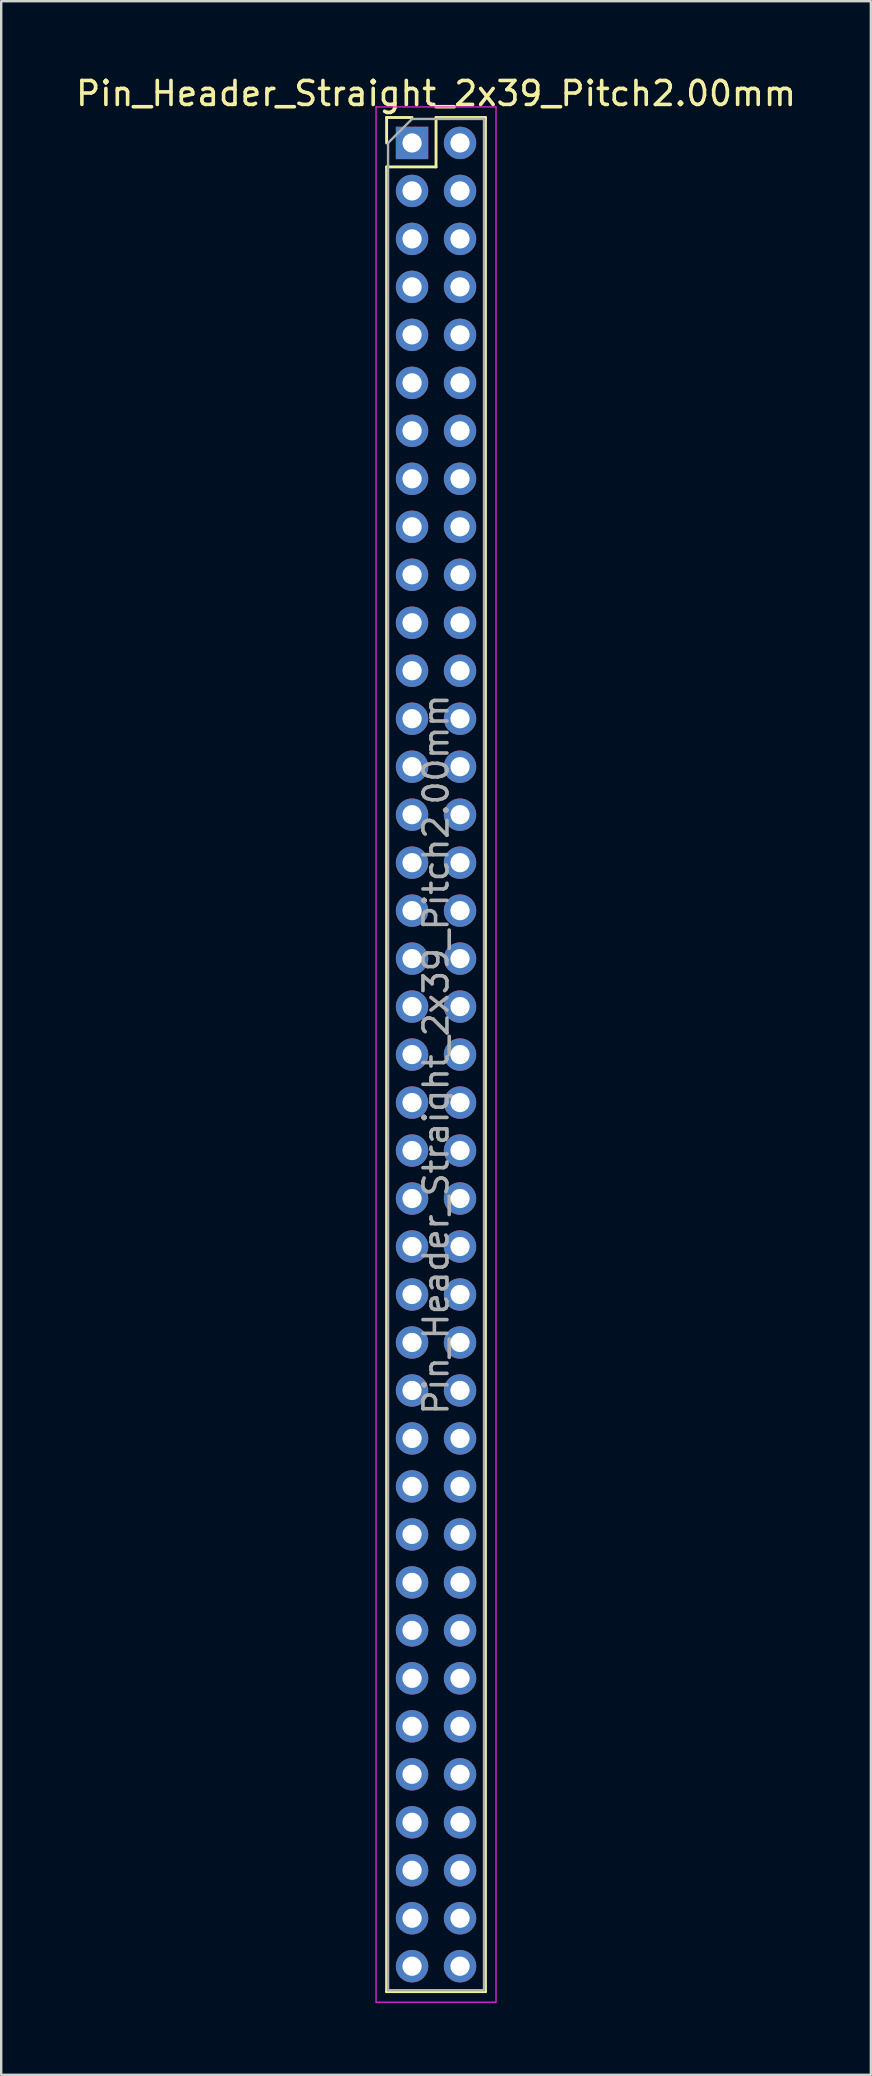
<source format=kicad_pcb>
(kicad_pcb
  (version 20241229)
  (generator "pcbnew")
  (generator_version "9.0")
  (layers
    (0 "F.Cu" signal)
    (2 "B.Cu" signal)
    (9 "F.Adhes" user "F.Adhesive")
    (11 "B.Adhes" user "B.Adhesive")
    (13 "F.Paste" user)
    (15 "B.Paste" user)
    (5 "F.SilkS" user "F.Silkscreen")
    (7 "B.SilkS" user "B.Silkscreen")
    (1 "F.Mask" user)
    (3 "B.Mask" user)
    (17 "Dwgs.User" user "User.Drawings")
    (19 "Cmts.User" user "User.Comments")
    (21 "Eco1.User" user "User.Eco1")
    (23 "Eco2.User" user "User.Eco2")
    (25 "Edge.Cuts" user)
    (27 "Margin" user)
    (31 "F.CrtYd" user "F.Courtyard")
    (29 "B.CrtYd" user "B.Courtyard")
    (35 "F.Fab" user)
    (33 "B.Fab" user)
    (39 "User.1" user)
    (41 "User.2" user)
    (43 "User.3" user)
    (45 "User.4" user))
  (footprint "Pin_Header_Straight_2x39_Pitch2.00mm"
    (layer "F.Cu")
    (at 14.125 2.908)
    (property "Reference" "Pin_Header_Straight_2x39_Pitch2.00mm" (at 1 -2.06 0) (layer "F.SilkS") (effects (font (size 1 1) (thickness 0.15))))
    (attr through_hole)
    (fp_line (start -1.06 -1.06) (end 0 -1.06) (stroke (width 0.12) (type solid)) (layer "F.SilkS"))
    (fp_line (start -1.06 0) (end -1.06 -1.06) (stroke (width 0.12) (type solid)) (layer "F.SilkS"))
    (fp_line (start -1.06 1) (end -1.06 77.06) (stroke (width 0.12) (type solid)) (layer "F.SilkS"))
    (fp_line (start -1.06 1) (end 1 1) (stroke (width 0.12) (type solid)) (layer "F.SilkS"))
    (fp_line (start -1.06 77.06) (end 3.06 77.06) (stroke (width 0.12) (type solid)) (layer "F.SilkS"))
    (fp_line (start 1 -1.06) (end 3.06 -1.06) (stroke (width 0.12) (type solid)) (layer "F.SilkS"))
    (fp_line (start 1 1) (end 1 -1.06) (stroke (width 0.12) (type solid)) (layer "F.SilkS"))
    (fp_line (start 3.06 -1.06) (end 3.06 77.06) (stroke (width 0.12) (type solid)) (layer "F.SilkS"))
    (fp_line (start -1.5 -1.5) (end -1.5 77.5) (stroke (width 0.05) (type solid)) (layer "F.CrtYd"))
    (fp_line (start -1.5 77.5) (end 3.5 77.5) (stroke (width 0.05) (type solid)) (layer "F.CrtYd"))
    (fp_line (start 3.5 -1.5) (end -1.5 -1.5) (stroke (width 0.05) (type solid)) (layer "F.CrtYd"))
    (fp_line (start 3.5 77.5) (end 3.5 -1.5) (stroke (width 0.05) (type solid)) (layer "F.CrtYd"))
    (fp_line (start -1 0) (end 0 -1) (stroke (width 0.1) (type solid)) (layer "F.Fab"))
    (fp_line (start -1 77) (end -1 0) (stroke (width 0.1) (type solid)) (layer "F.Fab"))
    (fp_line (start 0 -1) (end 3 -1) (stroke (width 0.1) (type solid)) (layer "F.Fab"))
    (fp_line (start 3 -1) (end 3 77) (stroke (width 0.1) (type solid)) (layer "F.Fab"))
    (fp_line (start 3 77) (end -1 77) (stroke (width 0.1) (type solid)) (layer "F.Fab"))
    (fp_text user "${REFERENCE}" (at 1 38 90) (layer "F.Fab") (effects (font (size 1 1) (thickness 0.15))))
    (pad "1" thru_hole rect (at 0 0) (size 1.35 1.35) (drill 0.8) (layers "*.Cu" "*.Mask"))
    (pad "2" thru_hole oval (at 2 0) (size 1.35 1.35) (drill 0.8) (layers "*.Cu" "*.Mask"))
    (pad "3" thru_hole oval (at 0 2) (size 1.35 1.35) (drill 0.8) (layers "*.Cu" "*.Mask"))
    (pad "4" thru_hole oval (at 2 2) (size 1.35 1.35) (drill 0.8) (layers "*.Cu" "*.Mask"))
    (pad "5" thru_hole oval (at 0 4) (size 1.35 1.35) (drill 0.8) (layers "*.Cu" "*.Mask"))
    (pad "6" thru_hole oval (at 2 4) (size 1.35 1.35) (drill 0.8) (layers "*.Cu" "*.Mask"))
    (pad "7" thru_hole oval (at 0 6) (size 1.35 1.35) (drill 0.8) (layers "*.Cu" "*.Mask"))
    (pad "8" thru_hole oval (at 2 6) (size 1.35 1.35) (drill 0.8) (layers "*.Cu" "*.Mask"))
    (pad "9" thru_hole oval (at 0 8) (size 1.35 1.35) (drill 0.8) (layers "*.Cu" "*.Mask"))
    (pad "10" thru_hole oval (at 2 8) (size 1.35 1.35) (drill 0.8) (layers "*.Cu" "*.Mask"))
    (pad "11" thru_hole oval (at 0 10) (size 1.35 1.35) (drill 0.8) (layers "*.Cu" "*.Mask"))
    (pad "12" thru_hole oval (at 2 10) (size 1.35 1.35) (drill 0.8) (layers "*.Cu" "*.Mask"))
    (pad "13" thru_hole oval (at 0 12) (size 1.35 1.35) (drill 0.8) (layers "*.Cu" "*.Mask"))
    (pad "14" thru_hole oval (at 2 12) (size 1.35 1.35) (drill 0.8) (layers "*.Cu" "*.Mask"))
    (pad "15" thru_hole oval (at 0 14) (size 1.35 1.35) (drill 0.8) (layers "*.Cu" "*.Mask"))
    (pad "16" thru_hole oval (at 2 14) (size 1.35 1.35) (drill 0.8) (layers "*.Cu" "*.Mask"))
    (pad "17" thru_hole oval (at 0 16) (size 1.35 1.35) (drill 0.8) (layers "*.Cu" "*.Mask"))
    (pad "18" thru_hole oval (at 2 16) (size 1.35 1.35) (drill 0.8) (layers "*.Cu" "*.Mask"))
    (pad "19" thru_hole oval (at 0 18) (size 1.35 1.35) (drill 0.8) (layers "*.Cu" "*.Mask"))
    (pad "20" thru_hole oval (at 2 18) (size 1.35 1.35) (drill 0.8) (layers "*.Cu" "*.Mask"))
    (pad "21" thru_hole oval (at 0 20) (size 1.35 1.35) (drill 0.8) (layers "*.Cu" "*.Mask"))
    (pad "22" thru_hole oval (at 2 20) (size 1.35 1.35) (drill 0.8) (layers "*.Cu" "*.Mask"))
    (pad "23" thru_hole oval (at 0 22) (size 1.35 1.35) (drill 0.8) (layers "*.Cu" "*.Mask"))
    (pad "24" thru_hole oval (at 2 22) (size 1.35 1.35) (drill 0.8) (layers "*.Cu" "*.Mask"))
    (pad "25" thru_hole oval (at 0 24) (size 1.35 1.35) (drill 0.8) (layers "*.Cu" "*.Mask"))
    (pad "26" thru_hole oval (at 2 24) (size 1.35 1.35) (drill 0.8) (layers "*.Cu" "*.Mask"))
    (pad "27" thru_hole oval (at 0 26) (size 1.35 1.35) (drill 0.8) (layers "*.Cu" "*.Mask"))
    (pad "28" thru_hole oval (at 2 26) (size 1.35 1.35) (drill 0.8) (layers "*.Cu" "*.Mask"))
    (pad "29" thru_hole oval (at 0 28) (size 1.35 1.35) (drill 0.8) (layers "*.Cu" "*.Mask"))
    (pad "30" thru_hole oval (at 2 28) (size 1.35 1.35) (drill 0.8) (layers "*.Cu" "*.Mask"))
    (pad "31" thru_hole oval (at 0 30) (size 1.35 1.35) (drill 0.8) (layers "*.Cu" "*.Mask"))
    (pad "32" thru_hole oval (at 2 30) (size 1.35 1.35) (drill 0.8) (layers "*.Cu" "*.Mask"))
    (pad "33" thru_hole oval (at 0 32) (size 1.35 1.35) (drill 0.8) (layers "*.Cu" "*.Mask"))
    (pad "34" thru_hole oval (at 2 32) (size 1.35 1.35) (drill 0.8) (layers "*.Cu" "*.Mask"))
    (pad "35" thru_hole oval (at 0 34) (size 1.35 1.35) (drill 0.8) (layers "*.Cu" "*.Mask"))
    (pad "36" thru_hole oval (at 2 34) (size 1.35 1.35) (drill 0.8) (layers "*.Cu" "*.Mask"))
    (pad "37" thru_hole oval (at 0 36) (size 1.35 1.35) (drill 0.8) (layers "*.Cu" "*.Mask"))
    (pad "38" thru_hole oval (at 2 36) (size 1.35 1.35) (drill 0.8) (layers "*.Cu" "*.Mask"))
    (pad "39" thru_hole oval (at 0 38) (size 1.35 1.35) (drill 0.8) (layers "*.Cu" "*.Mask"))
    (pad "40" thru_hole oval (at 2 38) (size 1.35 1.35) (drill 0.8) (layers "*.Cu" "*.Mask"))
    (pad "41" thru_hole oval (at 0 40) (size 1.35 1.35) (drill 0.8) (layers "*.Cu" "*.Mask"))
    (pad "42" thru_hole oval (at 2 40) (size 1.35 1.35) (drill 0.8) (layers "*.Cu" "*.Mask"))
    (pad "43" thru_hole oval (at 0 42) (size 1.35 1.35) (drill 0.8) (layers "*.Cu" "*.Mask"))
    (pad "44" thru_hole oval (at 2 42) (size 1.35 1.35) (drill 0.8) (layers "*.Cu" "*.Mask"))
    (pad "45" thru_hole oval (at 0 44) (size 1.35 1.35) (drill 0.8) (layers "*.Cu" "*.Mask"))
    (pad "46" thru_hole oval (at 2 44) (size 1.35 1.35) (drill 0.8) (layers "*.Cu" "*.Mask"))
    (pad "47" thru_hole oval (at 0 46) (size 1.35 1.35) (drill 0.8) (layers "*.Cu" "*.Mask"))
    (pad "48" thru_hole oval (at 2 46) (size 1.35 1.35) (drill 0.8) (layers "*.Cu" "*.Mask"))
    (pad "49" thru_hole oval (at 0 48) (size 1.35 1.35) (drill 0.8) (layers "*.Cu" "*.Mask"))
    (pad "50" thru_hole oval (at 2 48) (size 1.35 1.35) (drill 0.8) (layers "*.Cu" "*.Mask"))
    (pad "51" thru_hole oval (at 0 50) (size 1.35 1.35) (drill 0.8) (layers "*.Cu" "*.Mask"))
    (pad "52" thru_hole oval (at 2 50) (size 1.35 1.35) (drill 0.8) (layers "*.Cu" "*.Mask"))
    (pad "53" thru_hole oval (at 0 52) (size 1.35 1.35) (drill 0.8) (layers "*.Cu" "*.Mask"))
    (pad "54" thru_hole oval (at 2 52) (size 1.35 1.35) (drill 0.8) (layers "*.Cu" "*.Mask"))
    (pad "55" thru_hole oval (at 0 54) (size 1.35 1.35) (drill 0.8) (layers "*.Cu" "*.Mask"))
    (pad "56" thru_hole oval (at 2 54) (size 1.35 1.35) (drill 0.8) (layers "*.Cu" "*.Mask"))
    (pad "57" thru_hole oval (at 0 56) (size 1.35 1.35) (drill 0.8) (layers "*.Cu" "*.Mask"))
    (pad "58" thru_hole oval (at 2 56) (size 1.35 1.35) (drill 0.8) (layers "*.Cu" "*.Mask"))
    (pad "59" thru_hole oval (at 0 58) (size 1.35 1.35) (drill 0.8) (layers "*.Cu" "*.Mask"))
    (pad "60" thru_hole oval (at 2 58) (size 1.35 1.35) (drill 0.8) (layers "*.Cu" "*.Mask"))
    (pad "61" thru_hole oval (at 0 60) (size 1.35 1.35) (drill 0.8) (layers "*.Cu" "*.Mask"))
    (pad "62" thru_hole oval (at 2 60) (size 1.35 1.35) (drill 0.8) (layers "*.Cu" "*.Mask"))
    (pad "63" thru_hole oval (at 0 62) (size 1.35 1.35) (drill 0.8) (layers "*.Cu" "*.Mask"))
    (pad "64" thru_hole oval (at 2 62) (size 1.35 1.35) (drill 0.8) (layers "*.Cu" "*.Mask"))
    (pad "65" thru_hole oval (at 0 64) (size 1.35 1.35) (drill 0.8) (layers "*.Cu" "*.Mask"))
    (pad "66" thru_hole oval (at 2 64) (size 1.35 1.35) (drill 0.8) (layers "*.Cu" "*.Mask"))
    (pad "67" thru_hole oval (at 0 66) (size 1.35 1.35) (drill 0.8) (layers "*.Cu" "*.Mask"))
    (pad "68" thru_hole oval (at 2 66) (size 1.35 1.35) (drill 0.8) (layers "*.Cu" "*.Mask"))
    (pad "69" thru_hole oval (at 0 68) (size 1.35 1.35) (drill 0.8) (layers "*.Cu" "*.Mask"))
    (pad "70" thru_hole oval (at 2 68) (size 1.35 1.35) (drill 0.8) (layers "*.Cu" "*.Mask"))
    (pad "71" thru_hole oval (at 0 70) (size 1.35 1.35) (drill 0.8) (layers "*.Cu" "*.Mask"))
    (pad "72" thru_hole oval (at 2 70) (size 1.35 1.35) (drill 0.8) (layers "*.Cu" "*.Mask"))
    (pad "73" thru_hole oval (at 0 72) (size 1.35 1.35) (drill 0.8) (layers "*.Cu" "*.Mask"))
    (pad "74" thru_hole oval (at 2 72) (size 1.35 1.35) (drill 0.8) (layers "*.Cu" "*.Mask"))
    (pad "75" thru_hole oval (at 0 74) (size 1.35 1.35) (drill 0.8) (layers "*.Cu" "*.Mask"))
    (pad "76" thru_hole oval (at 2 74) (size 1.35 1.35) (drill 0.8) (layers "*.Cu" "*.Mask"))
    (pad "77" thru_hole oval (at 0 76) (size 1.35 1.35) (drill 0.8) (layers "*.Cu" "*.Mask"))
    (pad "78" thru_hole oval (at 2 76) (size 1.35 1.35) (drill 0.8) (layers "*.Cu" "*.Mask")))
  (gr_rect
    (start -3 -3)
    (end 33.25 83.433)
    (stroke (width 0.1) (type default))
    (fill no)
    (layer "Edge.Cuts")))
</source>
